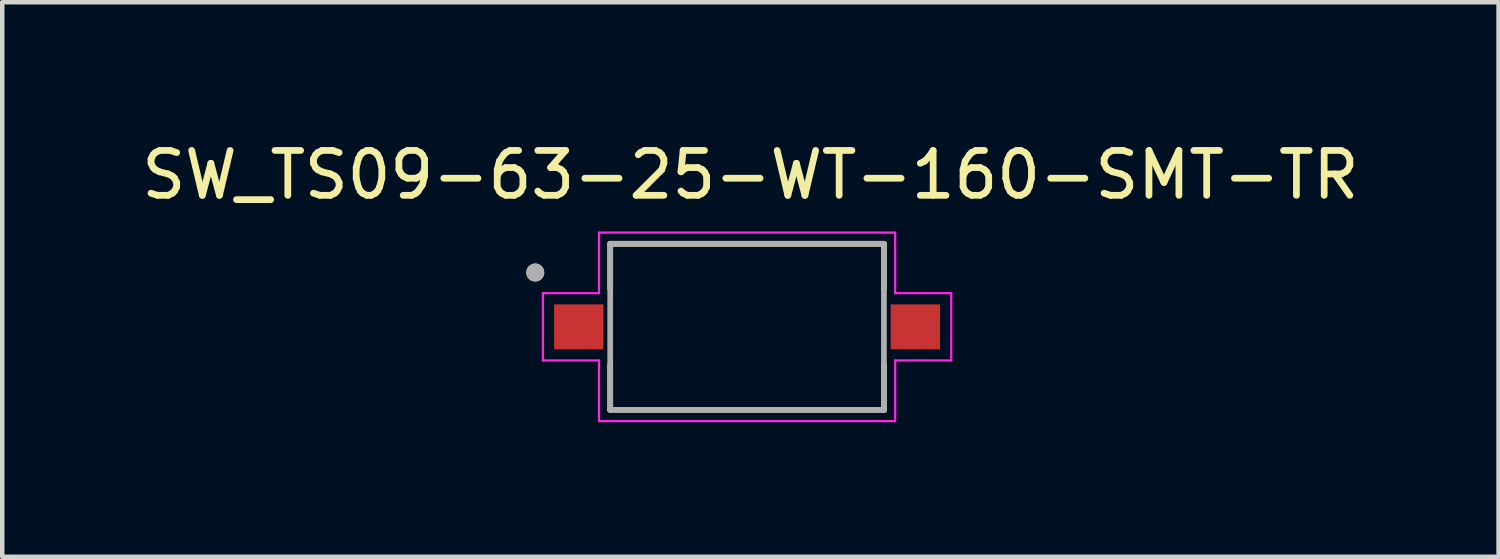
<source format=kicad_pcb>
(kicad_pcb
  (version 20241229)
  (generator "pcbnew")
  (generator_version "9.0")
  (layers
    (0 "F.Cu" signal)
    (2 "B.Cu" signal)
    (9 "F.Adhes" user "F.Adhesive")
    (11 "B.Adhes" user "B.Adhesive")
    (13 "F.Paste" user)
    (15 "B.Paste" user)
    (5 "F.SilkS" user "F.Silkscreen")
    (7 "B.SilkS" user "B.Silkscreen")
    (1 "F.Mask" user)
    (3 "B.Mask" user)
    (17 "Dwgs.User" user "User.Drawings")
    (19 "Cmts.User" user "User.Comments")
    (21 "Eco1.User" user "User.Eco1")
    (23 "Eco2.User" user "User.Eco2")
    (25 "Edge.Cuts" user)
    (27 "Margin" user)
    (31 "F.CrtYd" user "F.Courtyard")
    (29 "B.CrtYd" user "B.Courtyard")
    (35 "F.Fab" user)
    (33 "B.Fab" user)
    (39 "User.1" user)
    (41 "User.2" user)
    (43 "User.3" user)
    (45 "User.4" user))
  (footprint "SW_TS09-63-25-WT-160-SMT-TR"
    (layer "F.Cu")
    (at 13.598 4.233)
    (property "Reference" "SW_TS09-63-25-WT-160-SMT-TR" (at 0.075 -3.385 0) (layer "F.SilkS") (effects (font (size 1 1) (thickness 0.15))))
    (attr smd)
    (fp_line (start -3.05 -1.85) (end 3.05 -1.85) (stroke (width 0.127) (type solid)) (layer "F.SilkS"))
    (fp_line (start -3.05 -0.85) (end -3.05 -1.85) (stroke (width 0.127) (type solid)) (layer "F.SilkS"))
    (fp_line (start -3.05 0.85) (end -3.05 1.85) (stroke (width 0.127) (type solid)) (layer "F.SilkS"))
    (fp_line (start -3.05 1.85) (end 3.05 1.85) (stroke (width 0.127) (type solid)) (layer "F.SilkS"))
    (fp_line (start 3.05 -1.85) (end 3.05 -0.85) (stroke (width 0.127) (type solid)) (layer "F.SilkS"))
    (fp_line (start 3.05 1.85) (end 3.05 0.85) (stroke (width 0.127) (type solid)) (layer "F.SilkS"))
    (fp_circle (center -4.72 -1.21) (end -4.62 -1.21) (stroke (width 0.2) (type solid)) (fill no) (layer "F.SilkS"))
    (fp_line (start -4.55 -0.75) (end -3.3 -0.75) (stroke (width 0.05) (type solid)) (layer "F.CrtYd"))
    (fp_line (start -4.55 0.75) (end -4.55 -0.75) (stroke (width 0.05) (type solid)) (layer "F.CrtYd"))
    (fp_line (start -3.3 -2.1) (end 3.3 -2.1) (stroke (width 0.05) (type solid)) (layer "F.CrtYd"))
    (fp_line (start -3.3 -0.75) (end -3.3 -2.1) (stroke (width 0.05) (type solid)) (layer "F.CrtYd"))
    (fp_line (start -3.3 0.75) (end -4.55 0.75) (stroke (width 0.05) (type solid)) (layer "F.CrtYd"))
    (fp_line (start -3.3 2.1) (end -3.3 0.75) (stroke (width 0.05) (type solid)) (layer "F.CrtYd"))
    (fp_line (start 3.3 -2.1) (end 3.3 -0.75) (stroke (width 0.05) (type solid)) (layer "F.CrtYd"))
    (fp_line (start 3.3 -0.75) (end 4.55 -0.75) (stroke (width 0.05) (type solid)) (layer "F.CrtYd"))
    (fp_line (start 3.3 0.75) (end 3.3 2.1) (stroke (width 0.05) (type solid)) (layer "F.CrtYd"))
    (fp_line (start 3.3 2.1) (end -3.3 2.1) (stroke (width 0.05) (type solid)) (layer "F.CrtYd"))
    (fp_line (start 4.55 -0.75) (end 4.55 0.75) (stroke (width 0.05) (type solid)) (layer "F.CrtYd"))
    (fp_line (start 4.55 0.75) (end 3.3 0.75) (stroke (width 0.05) (type solid)) (layer "F.CrtYd"))
    (fp_line (start -3.05 -1.85) (end -3.05 1.85) (stroke (width 0.127) (type solid)) (layer "F.Fab"))
    (fp_line (start -3.05 1.85) (end 3.05 1.85) (stroke (width 0.127) (type solid)) (layer "F.Fab"))
    (fp_line (start 3.05 -1.85) (end -3.05 -1.85) (stroke (width 0.127) (type solid)) (layer "F.Fab"))
    (fp_line (start 3.05 1.85) (end 3.05 -1.85) (stroke (width 0.127) (type solid)) (layer "F.Fab"))
    (fp_circle (center -4.72 -1.21) (end -4.62 -1.21) (stroke (width 0.2) (type solid)) (fill no) (layer "F.Fab"))
    (pad "1" smd rect (at -3.75 0) (size 1.1 1) (layers "F.Cu" "F.Mask" "F.Paste"))
    (pad "2" smd rect (at 3.75 0) (size 1.1 1) (layers "F.Cu" "F.Mask" "F.Paste")))
  (gr_rect
    (start -3 -3)
    (end 30.345 9.358)
    (stroke (width 0.1) (type default))
    (fill no)
    (layer "Edge.Cuts")))
</source>
